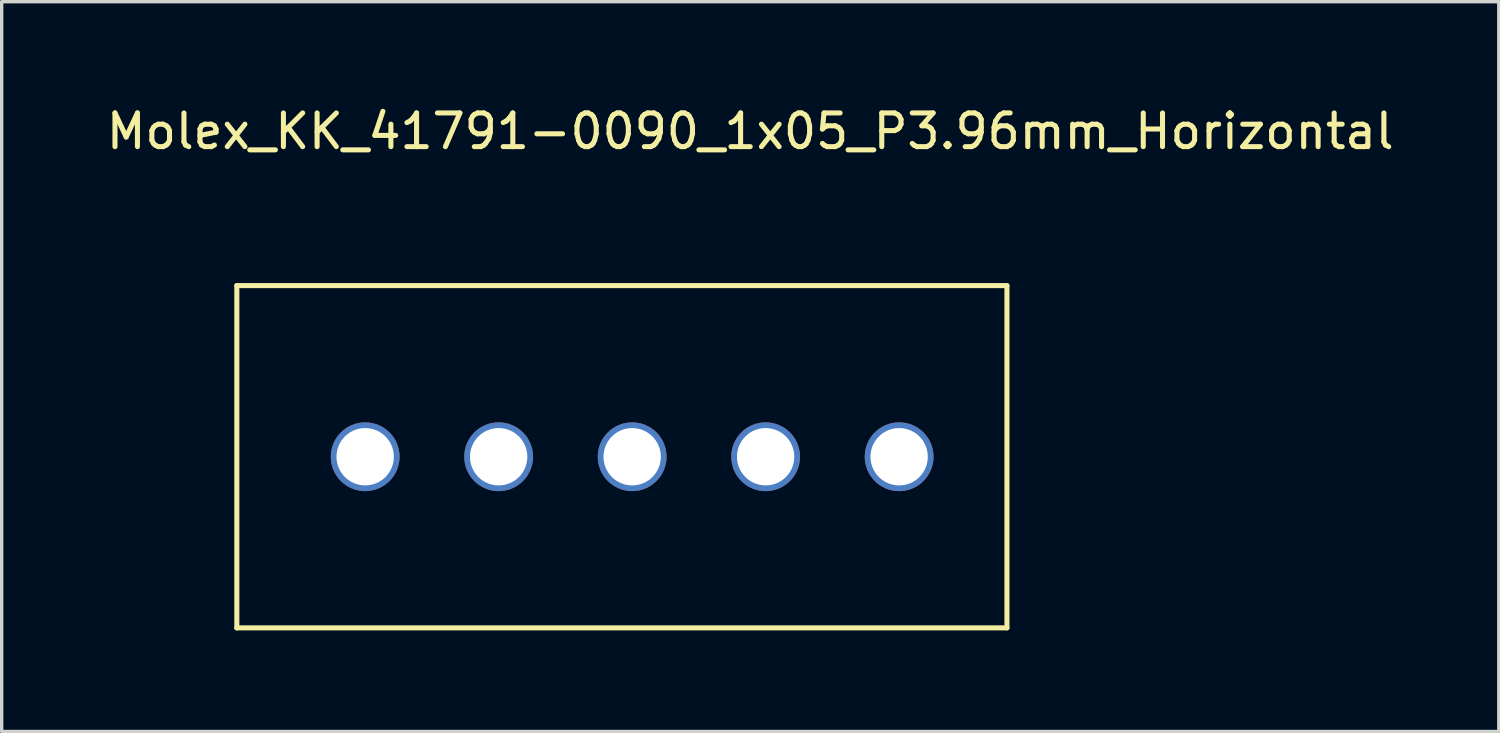
<source format=kicad_pcb>
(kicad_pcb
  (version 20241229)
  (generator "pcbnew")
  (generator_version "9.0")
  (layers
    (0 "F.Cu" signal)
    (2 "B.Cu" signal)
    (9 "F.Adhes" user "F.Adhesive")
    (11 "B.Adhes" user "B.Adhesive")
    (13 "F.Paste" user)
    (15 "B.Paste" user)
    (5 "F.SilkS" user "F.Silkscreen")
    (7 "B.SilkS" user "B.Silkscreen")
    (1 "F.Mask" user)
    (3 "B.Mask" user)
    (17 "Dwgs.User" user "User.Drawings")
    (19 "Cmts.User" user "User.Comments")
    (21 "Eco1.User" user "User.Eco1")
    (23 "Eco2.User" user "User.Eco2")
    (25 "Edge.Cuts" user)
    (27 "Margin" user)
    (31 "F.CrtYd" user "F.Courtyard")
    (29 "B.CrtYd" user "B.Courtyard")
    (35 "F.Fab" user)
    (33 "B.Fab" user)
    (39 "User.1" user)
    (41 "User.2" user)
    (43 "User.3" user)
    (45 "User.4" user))
  (footprint "Molex_KK_41791-0090_1x05_P3.96mm_Horizontal"
    (layer "F.Cu")
    (at 19.22 0.348)
    (property "Reference" "Molex_KK_41791-0090_1x05_P3.96mm_Horizontal" (at 0 0.5 0) (layer "F.SilkS") (effects (font (size 1 1) (thickness 0.15))))
    (attr through_hole)
    (fp_line (start -15.24 5.08) (end -15.24 15.24) (stroke (width 0.15) (type solid)) (layer "F.SilkS"))
    (fp_line (start -15.24 5.08) (end 7.62 5.08) (stroke (width 0.15) (type solid)) (layer "F.SilkS"))
    (fp_line (start -15.24 15.24) (end 7.62 15.24) (stroke (width 0.15) (type solid)) (layer "F.SilkS"))
    (fp_line (start 7.62 15.24) (end 7.62 5.08) (stroke (width 0.15) (type solid)) (layer "F.SilkS"))
    (pad "1" thru_hole circle (at -11.43 10.16) (size 2.042 2.042) (drill 1.702) (layers "*.Cu" "*.Mask"))
    (pad "2" thru_hole circle (at -7.468 10.16) (size 2.042 2.042) (drill 1.702) (layers "*.Cu" "*.Mask"))
    (pad "3" thru_hole circle (at -3.505 10.16) (size 2.042 2.042) (drill 1.702) (layers "*.Cu" "*.Mask"))
    (pad "4" thru_hole circle (at 0.457 10.16) (size 2.042 2.042) (drill 1.702) (layers "*.Cu" "*.Mask"))
    (pad "5" thru_hole circle (at 4.42 10.16) (size 2.042 2.042) (drill 1.702) (layers "*.Cu" "*.Mask")))
  (gr_rect
    (start -3 -3)
    (end 41.44 18.663)
    (stroke (width 0.1) (type default))
    (fill no)
    (layer "Edge.Cuts")))
</source>
